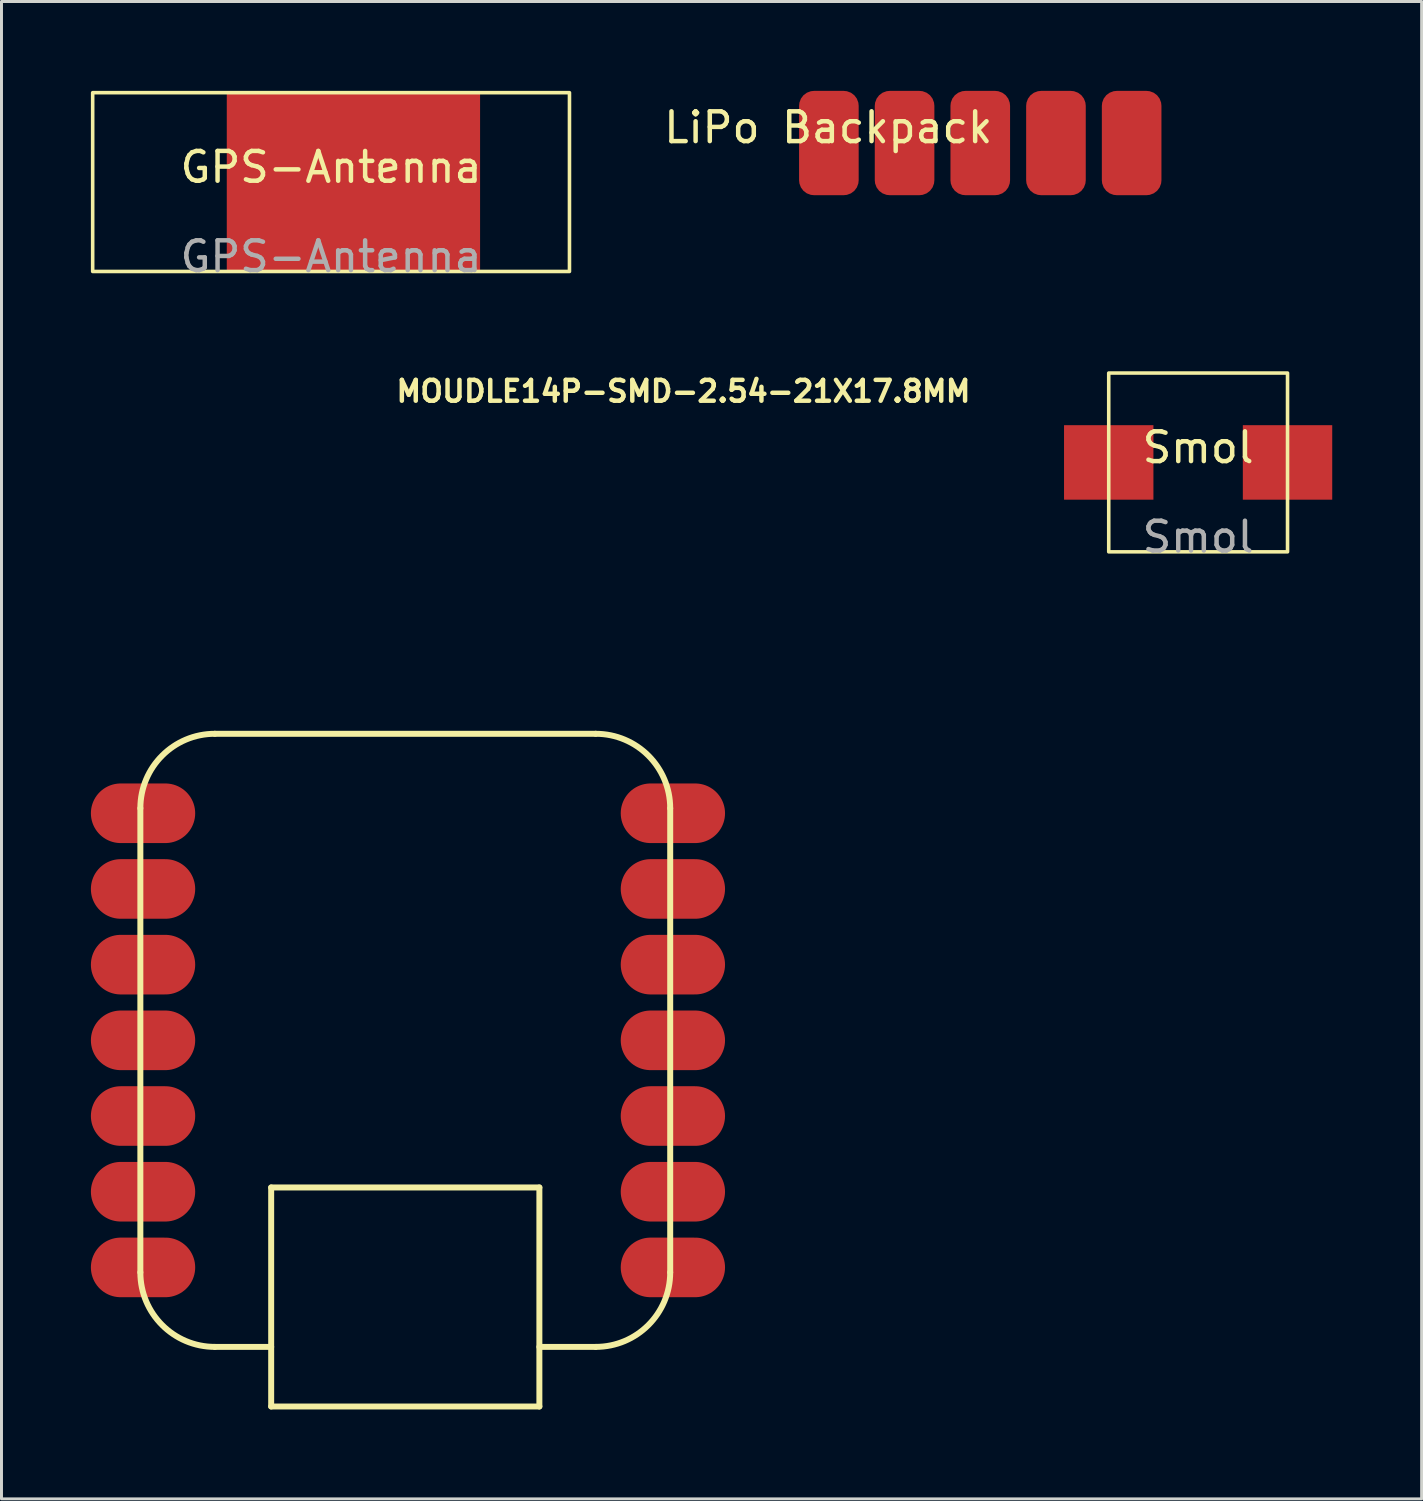
<source format=kicad_pcb>
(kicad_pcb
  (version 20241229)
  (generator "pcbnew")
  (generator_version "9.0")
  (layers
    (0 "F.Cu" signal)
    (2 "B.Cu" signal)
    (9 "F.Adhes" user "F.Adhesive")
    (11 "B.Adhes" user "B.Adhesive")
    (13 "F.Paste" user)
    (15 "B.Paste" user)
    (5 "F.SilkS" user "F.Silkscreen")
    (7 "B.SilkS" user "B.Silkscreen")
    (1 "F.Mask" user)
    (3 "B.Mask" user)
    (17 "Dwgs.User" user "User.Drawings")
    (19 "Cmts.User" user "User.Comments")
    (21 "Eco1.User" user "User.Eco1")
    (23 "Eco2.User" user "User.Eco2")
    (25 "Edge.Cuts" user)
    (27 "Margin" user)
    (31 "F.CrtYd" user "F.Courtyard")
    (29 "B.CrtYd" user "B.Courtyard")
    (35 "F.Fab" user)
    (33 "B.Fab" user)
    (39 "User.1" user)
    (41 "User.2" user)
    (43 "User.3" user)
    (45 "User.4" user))
  (footprint "GPS-Antenna"
    (layer "F.Cu")
    (at 8.06 3.06)
    (property "Reference" "GPS-Antenna" (at 0 -0.5 0) (unlocked yes) (layer "F.SilkS") (effects (font (size 1 1) (thickness 0.15))))
    (attr smd)
    (fp_rect (start -8 -3) (end 8 3) (stroke (width 0.12) (type default)) (fill no) (layer "F.SilkS"))
    (fp_text user "${REFERENCE}" (at 0 2.5 0) (unlocked yes) (layer "F.Fab") (effects (font (size 1 1) (thickness 0.15))))
    (pad "1" smd rect (at 0.75 0 90) (size 6 8.5) (layers "F.Cu" "F.Mask" "F.Paste")))
  (footprint "Smol"
    (layer "F.Cu")
    (at 37.156 12.468)
    (property "Reference" "Smol" (at 0 -0.5 0) (unlocked yes) (layer "F.SilkS") (effects (font (size 1 1) (thickness 0.15))))
    (attr smd)
    (fp_rect (start -3 3) (end 3 -3) (stroke (width 0.12) (type default)) (fill no) (layer "F.SilkS"))
    (fp_text user "${REFERENCE}" (at 0 2.5 0) (unlocked yes) (layer "F.Fab") (effects (font (size 1 1) (thickness 0.15))))
    (pad "1" smd rect (at -3 0) (size 3 2.5) (layers "F.Cu" "F.Mask" "F.Paste"))
    (pad "2" smd rect (at 3 0) (size 3 2.5) (layers "F.Cu" "F.Mask" "F.Paste")))
  (footprint "MOUDLE14P-SMD-2.54-21X17.8MM"
    (layer "F.Cu")
    (at 10.55 31.861)
    (property "Reference" "MOUDLE14P-SMD-2.54-21X17.8MM" (at 9.335 -21.78 0) (layer "F.SilkS") (effects (font (size 0.7 0.7) (thickness 0.15))))
    (attr through_hole)
    (fp_line (start -8.89 7.787) (end -8.89 -7.787) (stroke (width 0.2) (type solid)) (layer "F.SilkS"))
    (fp_line (start -6.39 -10.287) (end 6.39 -10.287) (stroke (width 0.2) (type solid)) (layer "F.SilkS"))
    (fp_line (start -4.5 4.937) (end 4.5 4.937) (stroke (width 0.2) (type solid)) (layer "F.SilkS"))
    (fp_line (start -4.5 10.287) (end -6.39 10.287) (stroke (width 0.2) (type solid)) (layer "F.SilkS"))
    (fp_line (start -4.5 12.287) (end -4.5 4.937) (stroke (width 0.2) (type solid)) (layer "F.SilkS"))
    (fp_line (start 4.5 4.937) (end 4.5 12.287) (stroke (width 0.2) (type solid)) (layer "F.SilkS"))
    (fp_line (start 4.5 12.287) (end -4.5 12.287) (stroke (width 0.2) (type solid)) (layer "F.SilkS"))
    (fp_line (start 6.39 10.287) (end 4.5 10.287) (stroke (width 0.2) (type solid)) (layer "F.SilkS"))
    (fp_line (start 8.89 -7.787) (end 8.89 7.787) (stroke (width 0.2) (type solid)) (layer "F.SilkS"))
    (fp_arc (start -8.89 -7.787) (mid -8.157767 -9.554767) (end -6.39 -10.287) (stroke (width 0.2) (type solid)) (layer "F.SilkS"))
    (fp_arc (start -6.39 10.287) (mid -8.157767 9.554767) (end -8.89 7.787) (stroke (width 0.2) (type solid)) (layer "F.SilkS"))
    (fp_arc (start 6.39 -10.287) (mid 8.157767 -9.554767) (end 8.89 -7.787) (stroke (width 0.2) (type solid)) (layer "F.SilkS"))
    (fp_arc (start 8.89 7.787) (mid 8.157767 9.554767) (end 6.39 10.287) (stroke (width 0.2) (type solid)) (layer "F.SilkS"))
    (pad "1" smd oval (at 8.98 7.62 90) (size 2 3.5) (layers "F.Cu" "F.Mask" "F.Paste"))
    (pad "2" smd oval (at 8.98 5.08 90) (size 2 3.5) (layers "F.Cu" "F.Mask" "F.Paste"))
    (pad "3" smd oval (at 8.98 2.54 90) (size 2 3.5) (layers "F.Cu" "F.Mask" "F.Paste"))
    (pad "4" smd oval (at 8.98 0 90) (size 2 3.5) (layers "F.Cu" "F.Mask" "F.Paste"))
    (pad "5" smd oval (at 8.98 -2.54 90) (size 2 3.5) (layers "F.Cu" "F.Mask" "F.Paste"))
    (pad "6" smd oval (at 8.98 -5.08 90) (size 2 3.5) (layers "F.Cu" "F.Mask" "F.Paste"))
    (pad "7" smd oval (at 8.98 -7.62 90) (size 2 3.5) (layers "F.Cu" "F.Mask" "F.Paste"))
    (pad "8" smd oval (at -8.8 -7.62 90) (size 2 3.5) (layers "F.Cu" "F.Mask" "F.Paste"))
    (pad "9" smd oval (at -8.8 -5.08 90) (size 2 3.5) (layers "F.Cu" "F.Mask" "F.Paste"))
    (pad "10" smd oval (at -8.8 -2.54 90) (size 2 3.5) (layers "F.Cu" "F.Mask" "F.Paste"))
    (pad "11" smd oval (at -8.8 0 90) (size 2 3.5) (layers "F.Cu" "F.Mask" "F.Paste"))
    (pad "12" smd oval (at -8.8 2.54 90) (size 2 3.5) (layers "F.Cu" "F.Mask" "F.Paste"))
    (pad "13" smd oval (at -8.8 5.08 90) (size 2 3.5) (layers "F.Cu" "F.Mask" "F.Paste"))
    (pad "14" smd oval (at -8.8 7.62 90) (size 2 3.5) (layers "F.Cu" "F.Mask" "F.Paste")))
  (footprint "LiPo Backpack"
    (layer "F.Cu")
    (at 29.845 1.75)
    (property "Reference" "LiPo Backpack" (at -5.1 -0.52 0) (unlocked yes) (layer "F.SilkS") (effects (font (size 1 1) (thickness 0.15))))
    (attr smd)
    (pad "1" smd roundrect (at -5.08 0) (size 2 3.5) (layers "F.Cu" "F.Mask" "F.Paste") (roundrect_rratio 0.25))
    (pad "2" smd roundrect (at -2.54 0) (size 2 3.5) (layers "F.Cu" "F.Mask" "F.Paste") (roundrect_rratio 0.25))
    (pad "3" smd roundrect (at 0 0) (size 2 3.5) (layers "F.Cu" "F.Mask" "F.Paste") (roundrect_rratio 0.25))
    (pad "4" smd roundrect (at 2.54 0) (size 2 3.5) (layers "F.Cu" "F.Mask" "F.Paste") (roundrect_rratio 0.25))
    (pad "5" smd roundrect (at 5.08 0) (size 2 3.5) (layers "F.Cu" "F.Mask" "F.Paste") (roundrect_rratio 0.25)))
  (gr_rect
    (start -3 -3)
    (end 44.656 47.248)
    (stroke (width 0.1) (type default))
    (fill no)
    (layer "Edge.Cuts")))
</source>
